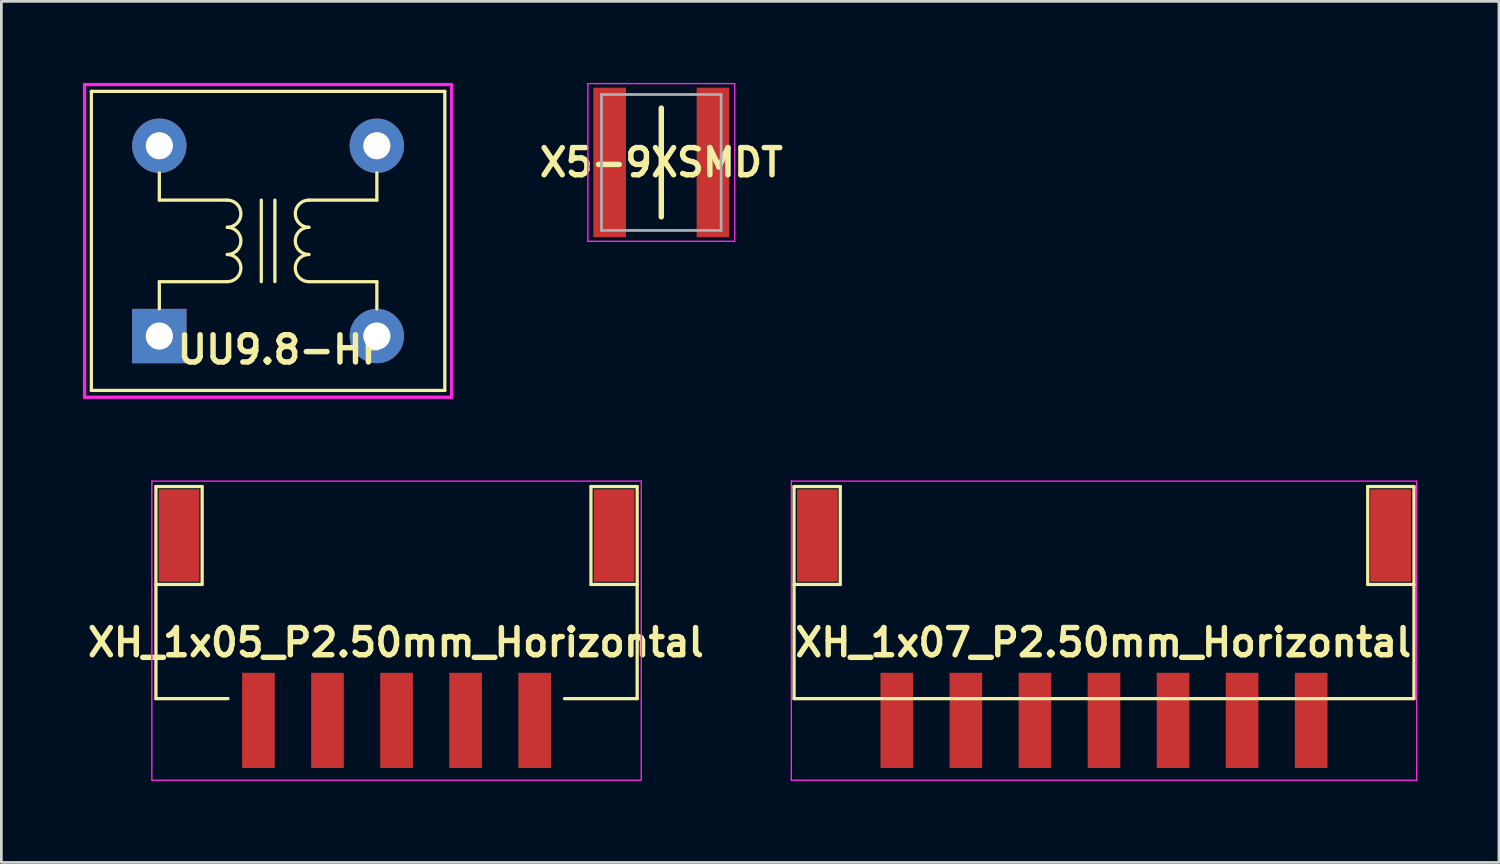
<source format=kicad_pcb>
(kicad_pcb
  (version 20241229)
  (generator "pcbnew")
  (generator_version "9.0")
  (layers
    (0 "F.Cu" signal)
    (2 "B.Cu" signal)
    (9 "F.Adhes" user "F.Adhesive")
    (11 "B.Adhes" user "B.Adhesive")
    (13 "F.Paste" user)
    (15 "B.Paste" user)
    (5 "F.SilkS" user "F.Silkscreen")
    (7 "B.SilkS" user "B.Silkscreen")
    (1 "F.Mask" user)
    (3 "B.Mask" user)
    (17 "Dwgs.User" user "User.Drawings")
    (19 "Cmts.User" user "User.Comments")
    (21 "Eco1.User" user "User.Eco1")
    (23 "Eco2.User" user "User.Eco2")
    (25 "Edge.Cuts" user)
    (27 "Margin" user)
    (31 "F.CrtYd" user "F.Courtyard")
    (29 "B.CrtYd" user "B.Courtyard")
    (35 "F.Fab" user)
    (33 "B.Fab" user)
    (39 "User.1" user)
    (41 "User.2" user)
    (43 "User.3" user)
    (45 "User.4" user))
  (footprint "XH_1x05_P2.50mm_Horizontal"
    (layer "F.Cu")
    (at 11.535 16.645)
    (property "Reference" "XH_1x05_P2.50mm_Horizontal" (at -0.025 3.933 180) (layer "F.SilkS") (effects (font (size 1 1) (thickness 0.2))))
    (attr through_hole)
    (fp_line (start -8.85 -1.8) (end -8.85 6) (stroke (width 0.12) (type solid)) (layer "F.SilkS"))
    (fp_line (start -8.85 1.8) (end -7.15 1.8) (stroke (width 0.12) (type solid)) (layer "F.SilkS"))
    (fp_line (start -7.15 -1.8) (end -8.85 -1.8) (stroke (width 0.12) (type solid)) (layer "F.SilkS"))
    (fp_line (start -7.15 1.8) (end -7.15 -1.8) (stroke (width 0.12) (type solid)) (layer "F.SilkS"))
    (fp_line (start -6.2 6) (end -8.85 6) (stroke (width 0.12) (type solid)) (layer "F.SilkS"))
    (fp_line (start 7.15 -1.8) (end 8.85 -1.8) (stroke (width 0.12) (type solid)) (layer "F.SilkS"))
    (fp_line (start 7.15 1.8) (end 7.15 -1.8) (stroke (width 0.12) (type solid)) (layer "F.SilkS"))
    (fp_line (start 8.85 -1.8) (end 8.85 6) (stroke (width 0.12) (type solid)) (layer "F.SilkS"))
    (fp_line (start 8.85 1.8) (end 7.15 1.8) (stroke (width 0.12) (type solid)) (layer "F.SilkS"))
    (fp_line (start 8.85 6) (end 6.175 6) (stroke (width 0.12) (type solid)) (layer "F.SilkS"))
    (fp_line (start -9 9) (end -9 -2) (stroke (width 0.05) (type solid)) (layer "F.CrtYd"))
    (fp_line (start 9 -2) (end -9 -2) (stroke (width 0.05) (type solid)) (layer "F.CrtYd"))
    (fp_line (start 9 9) (end -9 9) (stroke (width 0.05) (type solid)) (layer "F.CrtYd"))
    (fp_line (start 9 9) (end 9 -2) (stroke (width 0.05) (type solid)) (layer "F.CrtYd"))
    (pad "0" smd rect (at -8 0 180) (size 1.5 3.4) (layers "F.Cu" "F.Mask" "F.Paste"))
    (pad "0" smd rect (at 8 0 180) (size 1.5 3.4) (layers "F.Cu" "F.Mask" "F.Paste"))
    (pad "1" smd rect (at -5.08 6.8 180) (size 1.2 3.5) (layers "F.Cu" "F.Mask" "F.Paste"))
    (pad "2" smd rect (at -2.54 6.8 180) (size 1.2 3.5) (layers "F.Cu" "F.Mask" "F.Paste"))
    (pad "3" smd rect (at 0 6.8 180) (size 1.2 3.5) (layers "F.Cu" "F.Mask" "F.Paste"))
    (pad "4" smd rect (at 2.54 6.8 180) (size 1.2 3.5) (layers "F.Cu" "F.Mask" "F.Paste"))
    (pad "5" smd rect (at 5.08 6.8 180) (size 1.2 3.5) (layers "F.Cu" "F.Mask" "F.Paste")))
  (footprint "XH_1x07_P2.50mm_Horizontal"
    (layer "F.Cu")
    (at 37.554 16.645)
    (property "Reference" "XH_1x07_P2.50mm_Horizontal" (at -0.025 3.933 180) (layer "F.SilkS") (effects (font (size 1 1) (thickness 0.2))))
    (attr through_hole)
    (fp_line (start -11.4 -1.8) (end -11.4 6) (stroke (width 0.12) (type solid)) (layer "F.SilkS"))
    (fp_line (start -11.4 1.8) (end -9.7 1.8) (stroke (width 0.12) (type solid)) (layer "F.SilkS"))
    (fp_line (start -9.7 -1.8) (end -11.4 -1.8) (stroke (width 0.12) (type solid)) (layer "F.SilkS"))
    (fp_line (start -9.7 1.8) (end -9.7 -1.8) (stroke (width 0.12) (type solid)) (layer "F.SilkS"))
    (fp_line (start 9.7 -1.8) (end 11.4 -1.8) (stroke (width 0.12) (type solid)) (layer "F.SilkS"))
    (fp_line (start 9.7 1.8) (end 9.7 -1.8) (stroke (width 0.12) (type solid)) (layer "F.SilkS"))
    (fp_line (start 11.4 -1.8) (end 11.4 6) (stroke (width 0.12) (type solid)) (layer "F.SilkS"))
    (fp_line (start 11.4 1.8) (end 9.7 1.8) (stroke (width 0.12) (type solid)) (layer "F.SilkS"))
    (fp_line (start 11.4 6) (end -11.4 6) (stroke (width 0.12) (type solid)) (layer "F.SilkS"))
    (fp_line (start -11.5 9) (end -11.5 -2) (stroke (width 0.05) (type solid)) (layer "F.CrtYd"))
    (fp_line (start 11.5 -2) (end -11.5 -2) (stroke (width 0.05) (type solid)) (layer "F.CrtYd"))
    (fp_line (start 11.5 9) (end -11.5 9) (stroke (width 0.05) (type solid)) (layer "F.CrtYd"))
    (fp_line (start 11.5 9) (end 11.5 -2) (stroke (width 0.05) (type solid)) (layer "F.CrtYd"))
    (pad "0" smd rect (at -10.54 0 180) (size 1.5 3.4) (layers "F.Cu" "F.Mask" "F.Paste"))
    (pad "0" smd rect (at 10.54 0 180) (size 1.5 3.4) (layers "F.Cu" "F.Mask" "F.Paste"))
    (pad "1" smd rect (at -7.62 6.8 180) (size 1.2 3.5) (layers "F.Cu" "F.Mask" "F.Paste"))
    (pad "2" smd rect (at -5.08 6.8 180) (size 1.2 3.5) (layers "F.Cu" "F.Mask" "F.Paste"))
    (pad "3" smd rect (at -2.54 6.8 180) (size 1.2 3.5) (layers "F.Cu" "F.Mask" "F.Paste"))
    (pad "4" smd rect (at 0 6.8 180) (size 1.2 3.5) (layers "F.Cu" "F.Mask" "F.Paste"))
    (pad "5" smd rect (at 2.54 6.8 180) (size 1.2 3.5) (layers "F.Cu" "F.Mask" "F.Paste"))
    (pad "6" smd rect (at 5.08 6.8 180) (size 1.2 3.5) (layers "F.Cu" "F.Mask" "F.Paste"))
    (pad "7" smd rect (at 7.62 6.8 180) (size 1.2 3.5) (layers "F.Cu" "F.Mask" "F.Paste")))
  (footprint "X5-9XSMDT"
    (layer "F.Cu")
    (at 21.272 2.925)
    (property "Reference" "X5-9XSMDT" (at 0 0 0) (layer "F.SilkS") (effects (font (size 1 1) (thickness 0.2))))
    (attr through_hole)
    (fp_line (start 0 -2) (end 0 2) (stroke (width 0.2) (type solid)) (layer "F.SilkS"))
    (fp_line (start -2.7 -2.9) (end -2.4 -2.9) (stroke (width 0.05) (type solid)) (layer "F.CrtYd"))
    (fp_line (start -2.7 2.9) (end -2.7 -2.9) (stroke (width 0.05) (type solid)) (layer "F.CrtYd"))
    (fp_line (start -2.4 -2.9) (end 2.3 -2.9) (stroke (width 0.05) (type solid)) (layer "F.CrtYd"))
    (fp_line (start -2.2 2.9) (end -2.7 2.9) (stroke (width 0.05) (type solid)) (layer "F.CrtYd"))
    (fp_line (start 2.2 2.9) (end -2.2 2.9) (stroke (width 0.05) (type solid)) (layer "F.CrtYd"))
    (fp_line (start 2.3 -2.9) (end 2.7 -2.9) (stroke (width 0.05) (type solid)) (layer "F.CrtYd"))
    (fp_line (start 2.7 -2.9) (end 2.7 2.9) (stroke (width 0.05) (type solid)) (layer "F.CrtYd"))
    (fp_line (start 2.7 2.9) (end 2.2 2.9) (stroke (width 0.05) (type solid)) (layer "F.CrtYd"))
    (fp_line (start -2.2 -2.5) (end -2.2 2.5) (stroke (width 0.1) (type solid)) (layer "F.Fab"))
    (fp_line (start -2.2 -2.5) (end 2.2 -2.5) (stroke (width 0.1) (type solid)) (layer "F.Fab"))
    (fp_line (start 2.2 2.5) (end -2.2 2.5) (stroke (width 0.1) (type solid)) (layer "F.Fab"))
    (fp_line (start 2.2 2.5) (end 2.2 -2.5) (stroke (width 0.1) (type solid)) (layer "F.Fab"))
    (pad "1" smd rect (at -1.9 0) (size 1.2 5.5) (layers "F.Cu" "F.Mask" "F.Paste"))
    (pad "2" smd rect (at 1.9 0) (size 1.2 5.5) (layers "F.Cu" "F.Mask" "F.Paste")))
  (footprint "UU9.8-HF"
    (layer "F.Cu")
    (at 6.81 5.81)
    (property "Reference" "UU9.8-HF" (at 0.5 4 0) (layer "F.SilkS") (effects (font (size 1 1) (thickness 0.2))))
    (attr through_hole)
    (fp_line (start -6.5 -5.5) (end -6.5 5.5) (stroke (width 0.12) (type solid)) (layer "F.SilkS"))
    (fp_line (start -6.5 -5.5) (end 6.5 -5.5) (stroke (width 0.12) (type solid)) (layer "F.SilkS"))
    (fp_line (start -4 -2.5) (end -4 -1.5) (stroke (width 0.12) (type solid)) (layer "F.SilkS"))
    (fp_line (start -4 -1.5) (end -1.5 -1.5) (stroke (width 0.12) (type solid)) (layer "F.SilkS"))
    (fp_line (start -4 1.5) (end -4 2.5) (stroke (width 0.12) (type solid)) (layer "F.SilkS"))
    (fp_line (start -1.5 1.5) (end -4 1.5) (stroke (width 0.12) (type solid)) (layer "F.SilkS"))
    (fp_line (start -0.25 -1.5) (end -0.25 1.5) (stroke (width 0.12) (type solid)) (layer "F.SilkS"))
    (fp_line (start 0.25 -1.5) (end 0.25 1.5) (stroke (width 0.12) (type solid)) (layer "F.SilkS"))
    (fp_line (start 1.5 -1.5) (end 4 -1.5) (stroke (width 0.12) (type solid)) (layer "F.SilkS"))
    (fp_line (start 1.5 1.5) (end 4 1.5) (stroke (width 0.12) (type solid)) (layer "F.SilkS"))
    (fp_line (start 4 -2.5) (end 4 -1.5) (stroke (width 0.12) (type solid)) (layer "F.SilkS"))
    (fp_line (start 4 1.5) (end 4 2.5) (stroke (width 0.12) (type solid)) (layer "F.SilkS"))
    (fp_line (start 6.5 -5.5) (end 6.5 5.5) (stroke (width 0.12) (type solid)) (layer "F.SilkS"))
    (fp_line (start 6.5 5.5) (end -6.5 5.5) (stroke (width 0.12) (type solid)) (layer "F.SilkS"))
    (fp_arc (start -1.5 -1.5) (mid -1 -1) (end -1.5 -0.5) (stroke (width 0.12) (type solid)) (layer "F.SilkS"))
    (fp_arc (start -1.5 -0.5) (mid -1 0) (end -1.5 0.5) (stroke (width 0.12) (type solid)) (layer "F.SilkS"))
    (fp_arc (start -1.5 0.5) (mid -1 1) (end -1.5 1.5) (stroke (width 0.12) (type solid)) (layer "F.SilkS"))
    (fp_arc (start 1.5 -0.5) (mid 1 -1) (end 1.5 -1.5) (stroke (width 0.12) (type solid)) (layer "F.SilkS"))
    (fp_arc (start 1.5 0.5) (mid 1 0) (end 1.5 -0.5) (stroke (width 0.12) (type solid)) (layer "F.SilkS"))
    (fp_arc (start 1.5 1.5) (mid 1 1) (end 1.5 0.5) (stroke (width 0.12) (type solid)) (layer "F.SilkS"))
    (fp_line (start -6.75 -5.75) (end -6.75 5.75) (stroke (width 0.12) (type solid)) (layer "F.CrtYd"))
    (fp_line (start -6.75 -5.75) (end 6.75 -5.75) (stroke (width 0.12) (type solid)) (layer "F.CrtYd"))
    (fp_line (start -6.75 5.75) (end 6.75 5.75) (stroke (width 0.12) (type solid)) (layer "F.CrtYd"))
    (fp_line (start 6.75 5.75) (end 6.75 -5.75) (stroke (width 0.12) (type solid)) (layer "F.CrtYd"))
    (pad "1" thru_hole rect (at -4 3.5) (size 2 2) (drill 1) (layers "*.Cu" "*.Mask"))
    (pad "2" thru_hole circle (at 4 3.5) (size 2 2) (drill 1) (layers "*.Cu" "*.Mask"))
    (pad "3" thru_hole circle (at 4 -3.5) (size 2 2) (drill 1) (layers "*.Cu" "*.Mask"))
    (pad "4" thru_hole circle (at -4 -3.5) (size 2 2) (drill 1) (layers "*.Cu" "*.Mask")))
  (gr_rect
    (start -3 -3)
    (end 52.079 28.67)
    (stroke (width 0.1) (type default))
    (fill no)
    (layer "Edge.Cuts")))
</source>
